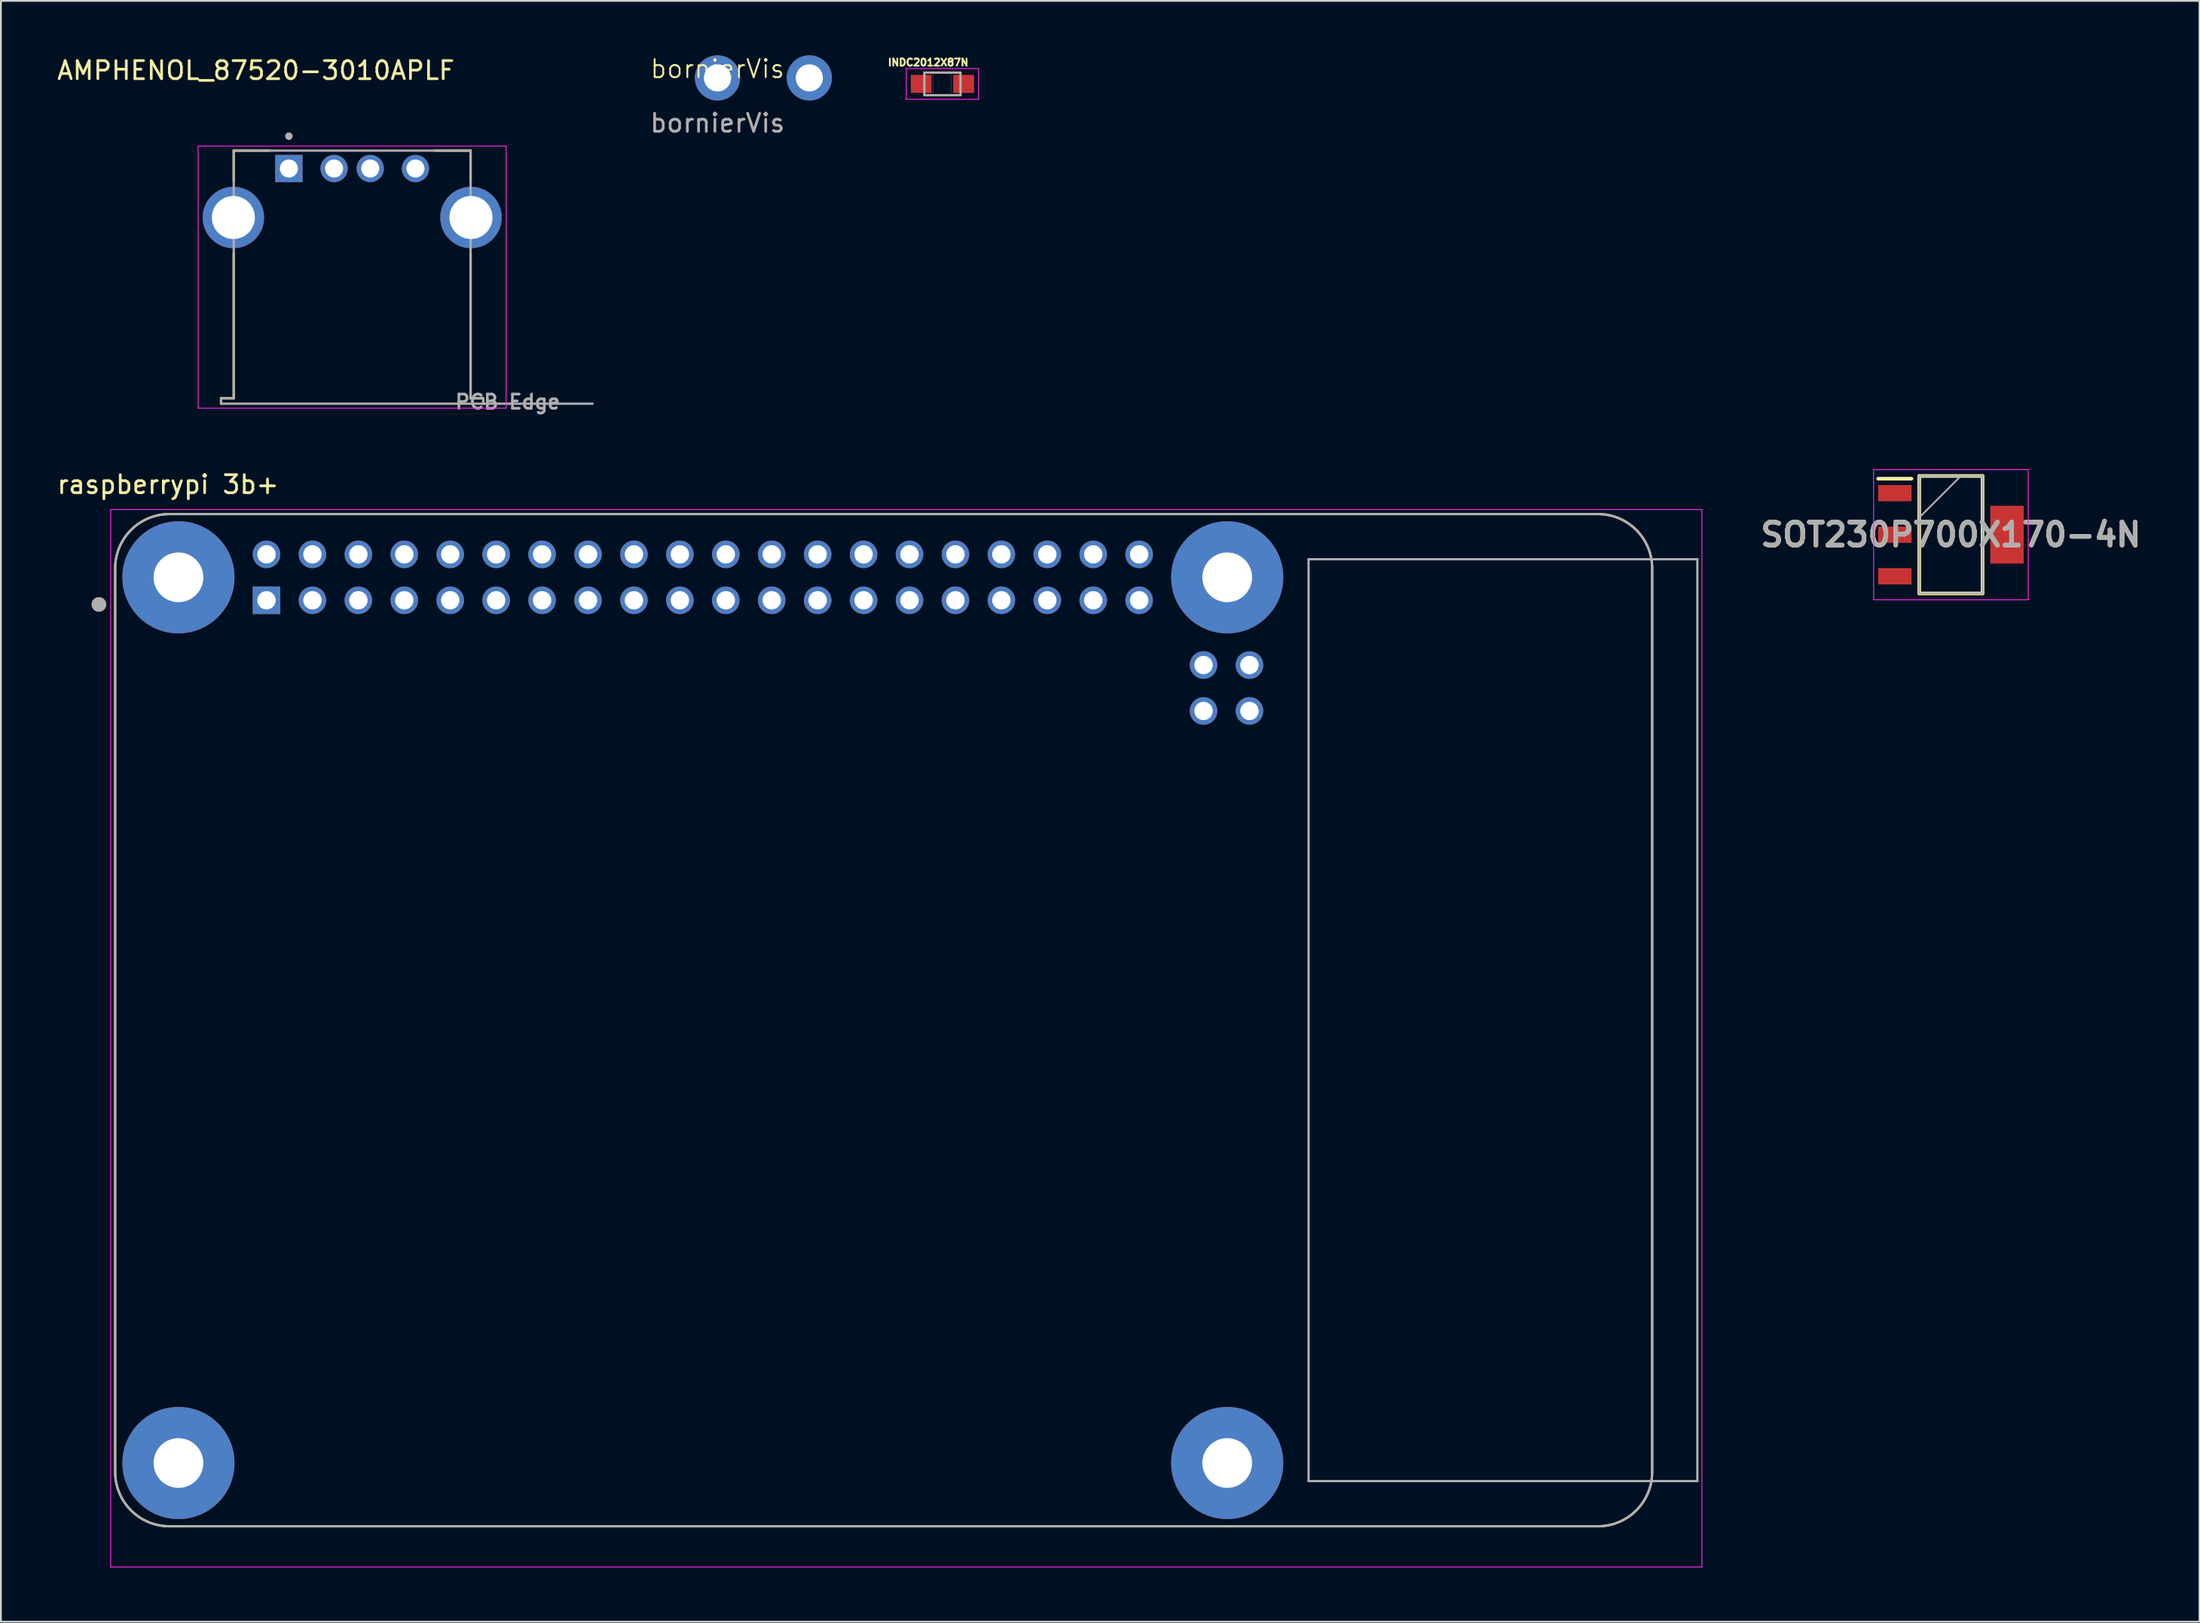
<source format=kicad_pcb>
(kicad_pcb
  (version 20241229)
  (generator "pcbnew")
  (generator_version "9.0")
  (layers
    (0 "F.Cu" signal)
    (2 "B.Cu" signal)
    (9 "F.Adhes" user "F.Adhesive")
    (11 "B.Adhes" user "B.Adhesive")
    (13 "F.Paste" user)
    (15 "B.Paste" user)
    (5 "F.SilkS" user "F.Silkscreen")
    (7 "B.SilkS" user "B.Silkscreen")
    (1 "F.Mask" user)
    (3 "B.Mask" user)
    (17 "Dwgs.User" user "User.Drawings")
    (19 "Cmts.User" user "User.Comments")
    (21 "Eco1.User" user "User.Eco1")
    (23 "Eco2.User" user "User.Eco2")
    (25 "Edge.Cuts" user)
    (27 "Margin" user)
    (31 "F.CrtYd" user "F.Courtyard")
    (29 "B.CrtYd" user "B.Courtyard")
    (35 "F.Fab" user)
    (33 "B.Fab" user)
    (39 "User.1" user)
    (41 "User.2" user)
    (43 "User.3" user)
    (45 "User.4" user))
  (footprint "bornierVis"
    (layer "F.Cu")
    (at 36.629 1.26)
    (property "Reference" "bornierVis" (at 0 -0.5 0) (unlocked yes) (layer "F.SilkS") (effects (font (size 1 1) (thickness 0.1))))
    (attr through_hole)
    (fp_text user "${REFERENCE}" (at 0 2.5 0) (unlocked yes) (layer "F.Fab") (effects (font (size 1 1) (thickness 0.15))))
    (pad "1" thru_hole circle (at 0 0) (size 2.5 2.5) (drill 1.5) (layers "*.Cu" "*.Mask"))
    (pad "2" thru_hole circle (at 5.08 0) (size 2.5 2.5) (drill 1.5) (layers "*.Cu" "*.Mask")))
  (footprint "raspberrypi 3b+"
    (layer "F.Cu")
    (at 45.819 53.39)
    (property "Reference" "raspberrypi 3b+" (at -39.575 -29.635 0) (layer "F.SilkS") (effects (font (size 1 1) (thickness 0.15))))
    (attr through_hole)
    (fp_line (start -42.5 -25) (end -42.5 25) (stroke (width 0.127) (type solid)) (layer "F.SilkS"))
    (fp_line (start -39.5 28) (end 39.5 28) (stroke (width 0.127) (type solid)) (layer "F.SilkS"))
    (fp_line (start 39.5 -28) (end -39.5 -28) (stroke (width 0.127) (type solid)) (layer "F.SilkS"))
    (fp_line (start 42.5 25) (end 42.5 -25) (stroke (width 0.127) (type solid)) (layer "F.SilkS"))
    (fp_arc (start -42.5 -25) (mid -41.62132 -27.12132) (end -39.5 -28) (stroke (width 0.127) (type solid)) (layer "F.SilkS"))
    (fp_arc (start -39.5 28) (mid -41.62132 27.12132) (end -42.5 25) (stroke (width 0.127) (type solid)) (layer "F.SilkS"))
    (fp_arc (start 39.5 -28) (mid 41.62132 -27.12132) (end 42.5 -25) (stroke (width 0.127) (type solid)) (layer "F.SilkS"))
    (fp_arc (start 42.5 25) (mid 41.62132 27.12132) (end 39.5 28) (stroke (width 0.127) (type solid)) (layer "F.SilkS"))
    (fp_circle (center -43.4 -23) (end -43.2 -23) (stroke (width 0.4) (type solid)) (fill no) (layer "F.SilkS"))
    (fp_line (start -42.75 -28.25) (end 45.25 -28.25) (stroke (width 0.05) (type solid)) (layer "F.CrtYd"))
    (fp_line (start -42.75 30.255) (end -42.75 -28.25) (stroke (width 0.05) (type solid)) (layer "F.CrtYd"))
    (fp_line (start 45.25 -28.25) (end 45.25 30.255) (stroke (width 0.05) (type solid)) (layer "F.CrtYd"))
    (fp_line (start 45.25 30.255) (end -42.75 30.255) (stroke (width 0.05) (type solid)) (layer "F.CrtYd"))
    (fp_line (start -42.5 -25) (end -42.5 25) (stroke (width 0.127) (type solid)) (layer "F.Fab"))
    (fp_line (start -39.5 28) (end 39.5 28) (stroke (width 0.127) (type solid)) (layer "F.Fab"))
    (fp_line (start 23.5 -25.5) (end 23.5 25.5) (stroke (width 0.127) (type solid)) (layer "F.Fab"))
    (fp_line (start 23.5 25.5) (end 45 25.5) (stroke (width 0.127) (type solid)) (layer "F.Fab"))
    (fp_line (start 39.5 -28) (end -39.5 -28) (stroke (width 0.127) (type solid)) (layer "F.Fab"))
    (fp_line (start 42.5 25) (end 42.5 -25) (stroke (width 0.127) (type solid)) (layer "F.Fab"))
    (fp_line (start 45 -25.5) (end 23.5 -25.5) (stroke (width 0.127) (type solid)) (layer "F.Fab"))
    (fp_line (start 45 25.5) (end 45 -25.5) (stroke (width 0.127) (type solid)) (layer "F.Fab"))
    (fp_arc (start -42.5 -25) (mid -41.62132 -27.12132) (end -39.5 -28) (stroke (width 0.127) (type solid)) (layer "F.Fab"))
    (fp_arc (start -39.5 28) (mid -41.62132 27.12132) (end -42.5 25) (stroke (width 0.127) (type solid)) (layer "F.Fab"))
    (fp_arc (start 39.5 -28) (mid 41.62132 -27.12132) (end 42.5 -25) (stroke (width 0.127) (type solid)) (layer "F.Fab"))
    (fp_arc (start 42.5 25) (mid 41.62132 27.12132) (end 39.5 28) (stroke (width 0.127) (type solid)) (layer "F.Fab"))
    (fp_circle (center -43.4 -23) (end -43.2 -23) (stroke (width 0.4) (type solid)) (fill no) (layer "F.Fab"))
    (pad "1" thru_hole rect (at -34.13 -23.23) (size 1.524 1.524) (drill 1.016) (layers "*.Cu" "*.Mask"))
    (pad "2" thru_hole circle (at -34.13 -25.77) (size 1.524 1.524) (drill 1.016) (layers "*.Cu" "*.Mask"))
    (pad "3" thru_hole circle (at -31.59 -23.23) (size 1.524 1.524) (drill 1.016) (layers "*.Cu" "*.Mask"))
    (pad "4" thru_hole circle (at -31.59 -25.77) (size 1.524 1.524) (drill 1.016) (layers "*.Cu" "*.Mask"))
    (pad "5" thru_hole circle (at -29.05 -23.23) (size 1.524 1.524) (drill 1.016) (layers "*.Cu" "*.Mask"))
    (pad "6" thru_hole circle (at -29.05 -25.77) (size 1.524 1.524) (drill 1.016) (layers "*.Cu" "*.Mask"))
    (pad "7" thru_hole circle (at -26.51 -23.23) (size 1.524 1.524) (drill 1.016) (layers "*.Cu" "*.Mask"))
    (pad "8" thru_hole circle (at -26.51 -25.77) (size 1.524 1.524) (drill 1.016) (layers "*.Cu" "*.Mask"))
    (pad "9" thru_hole circle (at -23.97 -23.23) (size 1.524 1.524) (drill 1.016) (layers "*.Cu" "*.Mask"))
    (pad "10" thru_hole circle (at -23.97 -25.77) (size 1.524 1.524) (drill 1.016) (layers "*.Cu" "*.Mask"))
    (pad "11" thru_hole circle (at -21.43 -23.23) (size 1.524 1.524) (drill 1.016) (layers "*.Cu" "*.Mask"))
    (pad "12" thru_hole circle (at -21.43 -25.77) (size 1.524 1.524) (drill 1.016) (layers "*.Cu" "*.Mask"))
    (pad "13" thru_hole circle (at -18.89 -23.23) (size 1.524 1.524) (drill 1.016) (layers "*.Cu" "*.Mask"))
    (pad "14" thru_hole circle (at -18.89 -25.77) (size 1.524 1.524) (drill 1.016) (layers "*.Cu" "*.Mask"))
    (pad "15" thru_hole circle (at -16.35 -23.23) (size 1.524 1.524) (drill 1.016) (layers "*.Cu" "*.Mask"))
    (pad "16" thru_hole circle (at -16.35 -25.77) (size 1.524 1.524) (drill 1.016) (layers "*.Cu" "*.Mask"))
    (pad "17" thru_hole circle (at -13.81 -23.23) (size 1.524 1.524) (drill 1.016) (layers "*.Cu" "*.Mask"))
    (pad "18" thru_hole circle (at -13.81 -25.77) (size 1.524 1.524) (drill 1.016) (layers "*.Cu" "*.Mask"))
    (pad "19" thru_hole circle (at -11.27 -23.23) (size 1.524 1.524) (drill 1.016) (layers "*.Cu" "*.Mask"))
    (pad "20" thru_hole circle (at -11.27 -25.77) (size 1.524 1.524) (drill 1.016) (layers "*.Cu" "*.Mask"))
    (pad "21" thru_hole circle (at -8.73 -23.23) (size 1.524 1.524) (drill 1.016) (layers "*.Cu" "*.Mask"))
    (pad "22" thru_hole circle (at -8.73 -25.77) (size 1.524 1.524) (drill 1.016) (layers "*.Cu" "*.Mask"))
    (pad "23" thru_hole circle (at -6.19 -23.23) (size 1.524 1.524) (drill 1.016) (layers "*.Cu" "*.Mask"))
    (pad "24" thru_hole circle (at -6.19 -25.77) (size 1.524 1.524) (drill 1.016) (layers "*.Cu" "*.Mask"))
    (pad "25" thru_hole circle (at -3.65 -23.23) (size 1.524 1.524) (drill 1.016) (layers "*.Cu" "*.Mask"))
    (pad "26" thru_hole circle (at -3.65 -25.77) (size 1.524 1.524) (drill 1.016) (layers "*.Cu" "*.Mask"))
    (pad "27" thru_hole circle (at -1.11 -23.23) (size 1.524 1.524) (drill 1.016) (layers "*.Cu" "*.Mask"))
    (pad "28" thru_hole circle (at -1.11 -25.77) (size 1.524 1.524) (drill 1.016) (layers "*.Cu" "*.Mask"))
    (pad "29" thru_hole circle (at 1.43 -23.23) (size 1.524 1.524) (drill 1.016) (layers "*.Cu" "*.Mask"))
    (pad "30" thru_hole circle (at 1.43 -25.77) (size 1.524 1.524) (drill 1.016) (layers "*.Cu" "*.Mask"))
    (pad "31" thru_hole circle (at 3.97 -23.23) (size 1.524 1.524) (drill 1.016) (layers "*.Cu" "*.Mask"))
    (pad "32" thru_hole circle (at 3.97 -25.77) (size 1.524 1.524) (drill 1.016) (layers "*.Cu" "*.Mask"))
    (pad "33" thru_hole circle (at 6.51 -23.23) (size 1.524 1.524) (drill 1.016) (layers "*.Cu" "*.Mask"))
    (pad "34" thru_hole circle (at 6.51 -25.77) (size 1.524 1.524) (drill 1.016) (layers "*.Cu" "*.Mask"))
    (pad "35" thru_hole circle (at 9.05 -23.23) (size 1.524 1.524) (drill 1.016) (layers "*.Cu" "*.Mask"))
    (pad "36" thru_hole circle (at 9.05 -25.77) (size 1.524 1.524) (drill 1.016) (layers "*.Cu" "*.Mask"))
    (pad "37" thru_hole circle (at 11.59 -23.23) (size 1.524 1.524) (drill 1.016) (layers "*.Cu" "*.Mask"))
    (pad "38" thru_hole circle (at 11.59 -25.77) (size 1.524 1.524) (drill 1.016) (layers "*.Cu" "*.Mask"))
    (pad "39" thru_hole circle (at 14.13 -23.23) (size 1.524 1.524) (drill 1.016) (layers "*.Cu" "*.Mask"))
    (pad "40" thru_hole circle (at 14.13 -25.77) (size 1.524 1.524) (drill 1.016) (layers "*.Cu" "*.Mask"))
    (pad "41" thru_hole circle (at 20.23 -17.107) (size 1.524 1.524) (drill 1.016) (layers "*.Cu" "*.Mask"))
    (pad "42" thru_hole circle (at 20.23 -19.647) (size 1.524 1.524) (drill 1.016) (layers "*.Cu" "*.Mask"))
    (pad "43" thru_hole circle (at 17.69 -17.107) (size 1.524 1.524) (drill 1.016) (layers "*.Cu" "*.Mask"))
    (pad "44" thru_hole circle (at 17.69 -19.647) (size 1.524 1.524) (drill 1.016) (layers "*.Cu" "*.Mask"))
    (pad "S1" thru_hole circle (at -39 -24.5) (size 6.2 6.2) (drill 2.75) (layers "*.Cu" "*.Mask"))
    (pad "S2" thru_hole circle (at 19 -24.5) (size 6.2 6.2) (drill 2.75) (layers "*.Cu" "*.Mask"))
    (pad "S3" thru_hole circle (at 19 24.5) (size 6.2 6.2) (drill 2.75) (layers "*.Cu" "*.Mask"))
    (pad "S4" thru_hole circle (at -39 24.5) (size 6.2 6.2) (drill 2.75) (layers "*.Cu" "*.Mask")))
  (footprint "AMPHENOL_87520-3010APLF"
    (layer "F.Cu")
    (at 16.426 8.983)
    (property "Reference" "AMPHENOL_87520-3010APLF" (at -5.325 -8.135 0) (layer "F.SilkS") (effects (font (size 1 1) (thickness 0.15))))
    (attr through_hole)
    (fp_line (start -7.25 10.3) (end -7.25 10) (stroke (width 0.127) (type solid)) (layer "F.SilkS"))
    (fp_line (start -6.55 -3.7) (end -4.574 -3.7) (stroke (width 0.127) (type solid)) (layer "F.SilkS"))
    (fp_line (start -6.55 -2.018) (end -6.55 -3.7) (stroke (width 0.127) (type solid)) (layer "F.SilkS"))
    (fp_line (start -6.55 2) (end -6.55 10) (stroke (width 0.127) (type solid)) (layer "F.SilkS"))
    (fp_line (start -6.55 10) (end -7.25 10) (stroke (width 0.127) (type solid)) (layer "F.SilkS"))
    (fp_line (start 4.574 -3.7) (end 6.55 -3.7) (stroke (width 0.127) (type solid)) (layer "F.SilkS"))
    (fp_line (start 6.55 -3.7) (end 6.55 -2.018) (stroke (width 0.127) (type solid)) (layer "F.SilkS"))
    (fp_line (start 6.55 2) (end 6.55 10) (stroke (width 0.127) (type solid)) (layer "F.SilkS"))
    (fp_line (start 6.55 10) (end 7.25 10) (stroke (width 0.127) (type solid)) (layer "F.SilkS"))
    (fp_line (start 7.25 10.3) (end 7.25 10) (stroke (width 0.127) (type solid)) (layer "F.SilkS"))
    (fp_circle (center -3.5 -4.5) (end -3.4 -4.5) (stroke (width 0.2) (type solid)) (fill no) (layer "F.SilkS"))
    (fp_line (start -8.518 -3.95) (end -8.518 10.55) (stroke (width 0.05) (type solid)) (layer "F.CrtYd"))
    (fp_line (start -8.518 10.55) (end 8.518 10.55) (stroke (width 0.05) (type solid)) (layer "F.CrtYd"))
    (fp_line (start 8.518 -3.95) (end -8.518 -3.95) (stroke (width 0.05) (type solid)) (layer "F.CrtYd"))
    (fp_line (start 8.518 10.55) (end 8.518 -3.95) (stroke (width 0.05) (type solid)) (layer "F.CrtYd"))
    (fp_line (start -7.25 10) (end -6.55 10) (stroke (width 0.127) (type solid)) (layer "F.Fab"))
    (fp_line (start -7.25 10.3) (end -7.25 10) (stroke (width 0.127) (type solid)) (layer "F.Fab"))
    (fp_line (start -7.25 10.3) (end 7.25 10.3) (stroke (width 0.127) (type solid)) (layer "F.Fab"))
    (fp_line (start -6.55 -3.7) (end 6.55 -3.7) (stroke (width 0.127) (type solid)) (layer "F.Fab"))
    (fp_line (start -6.55 10) (end -6.55 -3.7) (stroke (width 0.127) (type solid)) (layer "F.Fab"))
    (fp_line (start 6.55 10) (end 6.55 -3.7) (stroke (width 0.127) (type solid)) (layer "F.Fab"))
    (fp_line (start 7.25 10) (end 6.55 10) (stroke (width 0.127) (type solid)) (layer "F.Fab"))
    (fp_line (start 7.25 10) (end 7.25 10.3) (stroke (width 0.127) (type solid)) (layer "F.Fab"))
    (fp_line (start 7.25 10.3) (end 13.3 10.3) (stroke (width 0.127) (type solid)) (layer "F.Fab"))
    (fp_circle (center -3.5 -4.5) (end -3.4 -4.5) (stroke (width 0.2) (type solid)) (fill no) (layer "F.Fab"))
    (fp_text user "PCB Edge" (at 8.6 10.2 0) (layer "F.Fab") (effects (font (size 0.787 0.787) (thickness 0.15))))
    (pad "1" thru_hole rect (at -3.5 -2.71) (size 1.508 1.508) (drill 1) (layers "*.Cu" "*.Mask"))
    (pad "2" thru_hole circle (at -1 -2.71) (size 1.508 1.508) (drill 1) (layers "*.Cu" "*.Mask"))
    (pad "3" thru_hole circle (at 1 -2.71) (size 1.508 1.508) (drill 1) (layers "*.Cu" "*.Mask"))
    (pad "4" thru_hole circle (at 3.5 -2.71) (size 1.508 1.508) (drill 1) (layers "*.Cu" "*.Mask"))
    (pad "SH1" thru_hole circle (at -6.57 0) (size 3.396 3.396) (drill 2.38) (layers "*.Cu" "*.Mask"))
    (pad "SH2" thru_hole circle (at 6.57 0) (size 3.396 3.396) (drill 2.38) (layers "*.Cu" "*.Mask")))
  (footprint "SOT230P700X170-4N"
    (layer "F.Cu")
    (at 104.841 26.532)
    (property "Reference" "SOT230P700X170-4N" (at 0 0 0) (layer "F.SilkS") (effects (font (size 1.27 1.27) (thickness 0.254))))
    (attr smd)
    (fp_line (start -4.025 -3.1) (end -2.175 -3.1) (stroke (width 0.2) (type solid)) (layer "F.SilkS"))
    (fp_line (start -1.75 -3.25) (end 1.75 -3.25) (stroke (width 0.2) (type solid)) (layer "F.SilkS"))
    (fp_line (start -1.75 3.25) (end -1.75 -3.25) (stroke (width 0.2) (type solid)) (layer "F.SilkS"))
    (fp_line (start 1.75 -3.25) (end 1.75 3.25) (stroke (width 0.2) (type solid)) (layer "F.SilkS"))
    (fp_line (start 1.75 3.25) (end -1.75 3.25) (stroke (width 0.2) (type solid)) (layer "F.SilkS"))
    (fp_line (start -4.275 -3.6) (end 4.275 -3.6) (stroke (width 0.05) (type solid)) (layer "F.CrtYd"))
    (fp_line (start -4.275 3.6) (end -4.275 -3.6) (stroke (width 0.05) (type solid)) (layer "F.CrtYd"))
    (fp_line (start 4.275 -3.6) (end 4.275 3.6) (stroke (width 0.05) (type solid)) (layer "F.CrtYd"))
    (fp_line (start 4.275 3.6) (end -4.275 3.6) (stroke (width 0.05) (type solid)) (layer "F.CrtYd"))
    (fp_line (start -1.75 -3.25) (end 1.75 -3.25) (stroke (width 0.1) (type solid)) (layer "F.Fab"))
    (fp_line (start -1.75 -0.95) (end 0.55 -3.25) (stroke (width 0.1) (type solid)) (layer "F.Fab"))
    (fp_line (start -1.75 3.25) (end -1.75 -3.25) (stroke (width 0.1) (type solid)) (layer "F.Fab"))
    (fp_line (start 1.75 -3.25) (end 1.75 3.25) (stroke (width 0.1) (type solid)) (layer "F.Fab"))
    (fp_line (start 1.75 3.25) (end -1.75 3.25) (stroke (width 0.1) (type solid)) (layer "F.Fab"))
    (fp_text user "${REFERENCE}" (at 0 0 0) (layer "F.Fab") (effects (font (size 1.27 1.27) (thickness 0.254))))
    (pad "1" smd rect (at -3.1 -2.3 90) (size 0.9 1.85) (layers "F.Cu" "F.Mask" "F.Paste"))
    (pad "2" smd rect (at -3.1 0 90) (size 0.9 1.85) (layers "F.Cu" "F.Mask" "F.Paste"))
    (pad "3" smd rect (at -3.1 2.3 90) (size 0.9 1.85) (layers "F.Cu" "F.Mask" "F.Paste"))
    (pad "4" smd rect (at 3.1 0) (size 1.85 3.2) (layers "F.Cu" "F.Mask" "F.Paste")))
  (footprint "INDC2012X87N"
    (layer "F.Cu")
    (at 49.069 1.591)
    (property "Reference" "INDC2012X87N" (at -0.786 -1.187 0) (layer "F.SilkS") (effects (font (size 0.394 0.394) (thickness 0.15))))
    (attr smd)
    (fp_line (start -2 -0.85) (end 2 -0.85) (stroke (width 0.051) (type solid)) (layer "F.CrtYd"))
    (fp_line (start -2 0.85) (end -2 -0.85) (stroke (width 0.051) (type solid)) (layer "F.CrtYd"))
    (fp_line (start 2 -0.85) (end 2 0.85) (stroke (width 0.051) (type solid)) (layer "F.CrtYd"))
    (fp_line (start 2 0.85) (end -2 0.85) (stroke (width 0.051) (type solid)) (layer "F.CrtYd"))
    (fp_line (start -1 -0.625) (end 1 -0.625) (stroke (width 0.127) (type solid)) (layer "F.Fab"))
    (fp_line (start -1 0.625) (end -1 -0.625) (stroke (width 0.127) (type solid)) (layer "F.Fab"))
    (fp_line (start 1 -0.625) (end 1 0.625) (stroke (width 0.127) (type solid)) (layer "F.Fab"))
    (fp_line (start 1 0.625) (end -1 0.625) (stroke (width 0.127) (type solid)) (layer "F.Fab"))
    (fp_poly (pts (xy -1.002 -0.625) (xy -0.5 -0.625) (xy -0.5 0.626) (xy -1.002 0.626)) (stroke (width 0.01) (type solid)) (fill no) (layer "F.Fab"))
    (fp_poly (pts (xy 0.501 -0.625) (xy 1 -0.625) (xy 1 0.626) (xy 0.501 0.626)) (stroke (width 0.01) (type solid)) (fill no) (layer "F.Fab"))
    (pad "1" smd rect (at -1.175 0) (size 1.15 1) (layers "F.Cu" "F.Mask" "F.Paste"))
    (pad "2" smd rect (at 1.175 0) (size 1.15 1) (layers "F.Cu" "F.Mask" "F.Paste")))
  (gr_rect
    (start -3 -3)
    (end 118.587 86.67)
    (stroke (width 0.1) (type default))
    (fill no)
    (layer "Edge.Cuts")))
</source>
